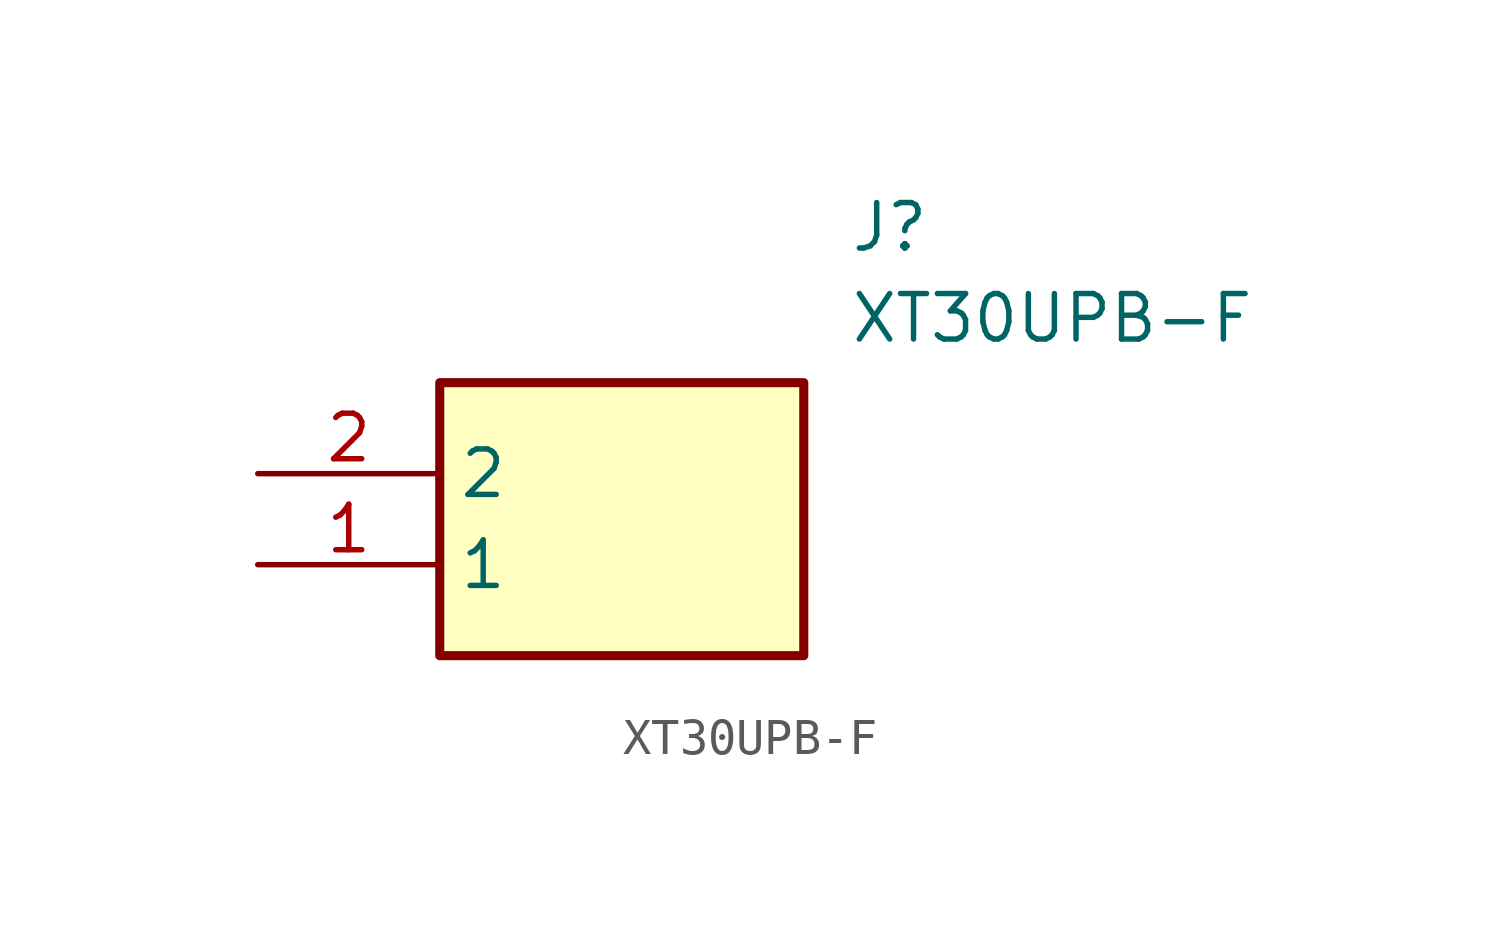
<source format=kicad_sym>
(kicad_symbol_lib
  (version 20211014)
  (generator SamacSys_ECAD_Model)
  (symbol "XT30UPB-F"
    (property "Reference" "J"
      (at 16.51 7.62 0)
      (effects (font (size 1.27 1.27)) (justify left top)))
    (property "Value" "XT30UPB-F"
      (at 16.51 5.08 0)
      (effects (font (size 1.27 1.27)) (justify left top)))
    (rectangle
      (start 5.08 2.54)
      (end 15.24 -5.08)
      (stroke (width 0.254) (type default))
      (fill (type background)))
    (pin passive line
      (at 0 -2.54 0)
      (length 5.08)
      (name "1" (effects (font (size 1.27 1.27))))
      (number "1" (effects (font (size 1.27 1.27)))))
    (pin passive line
      (at 0 0 0)
      (length 5.08)
      (name "2" (effects (font (size 1.27 1.27))))
      (number "2" (effects (font (size 1.27 1.27)))))))
</source>
